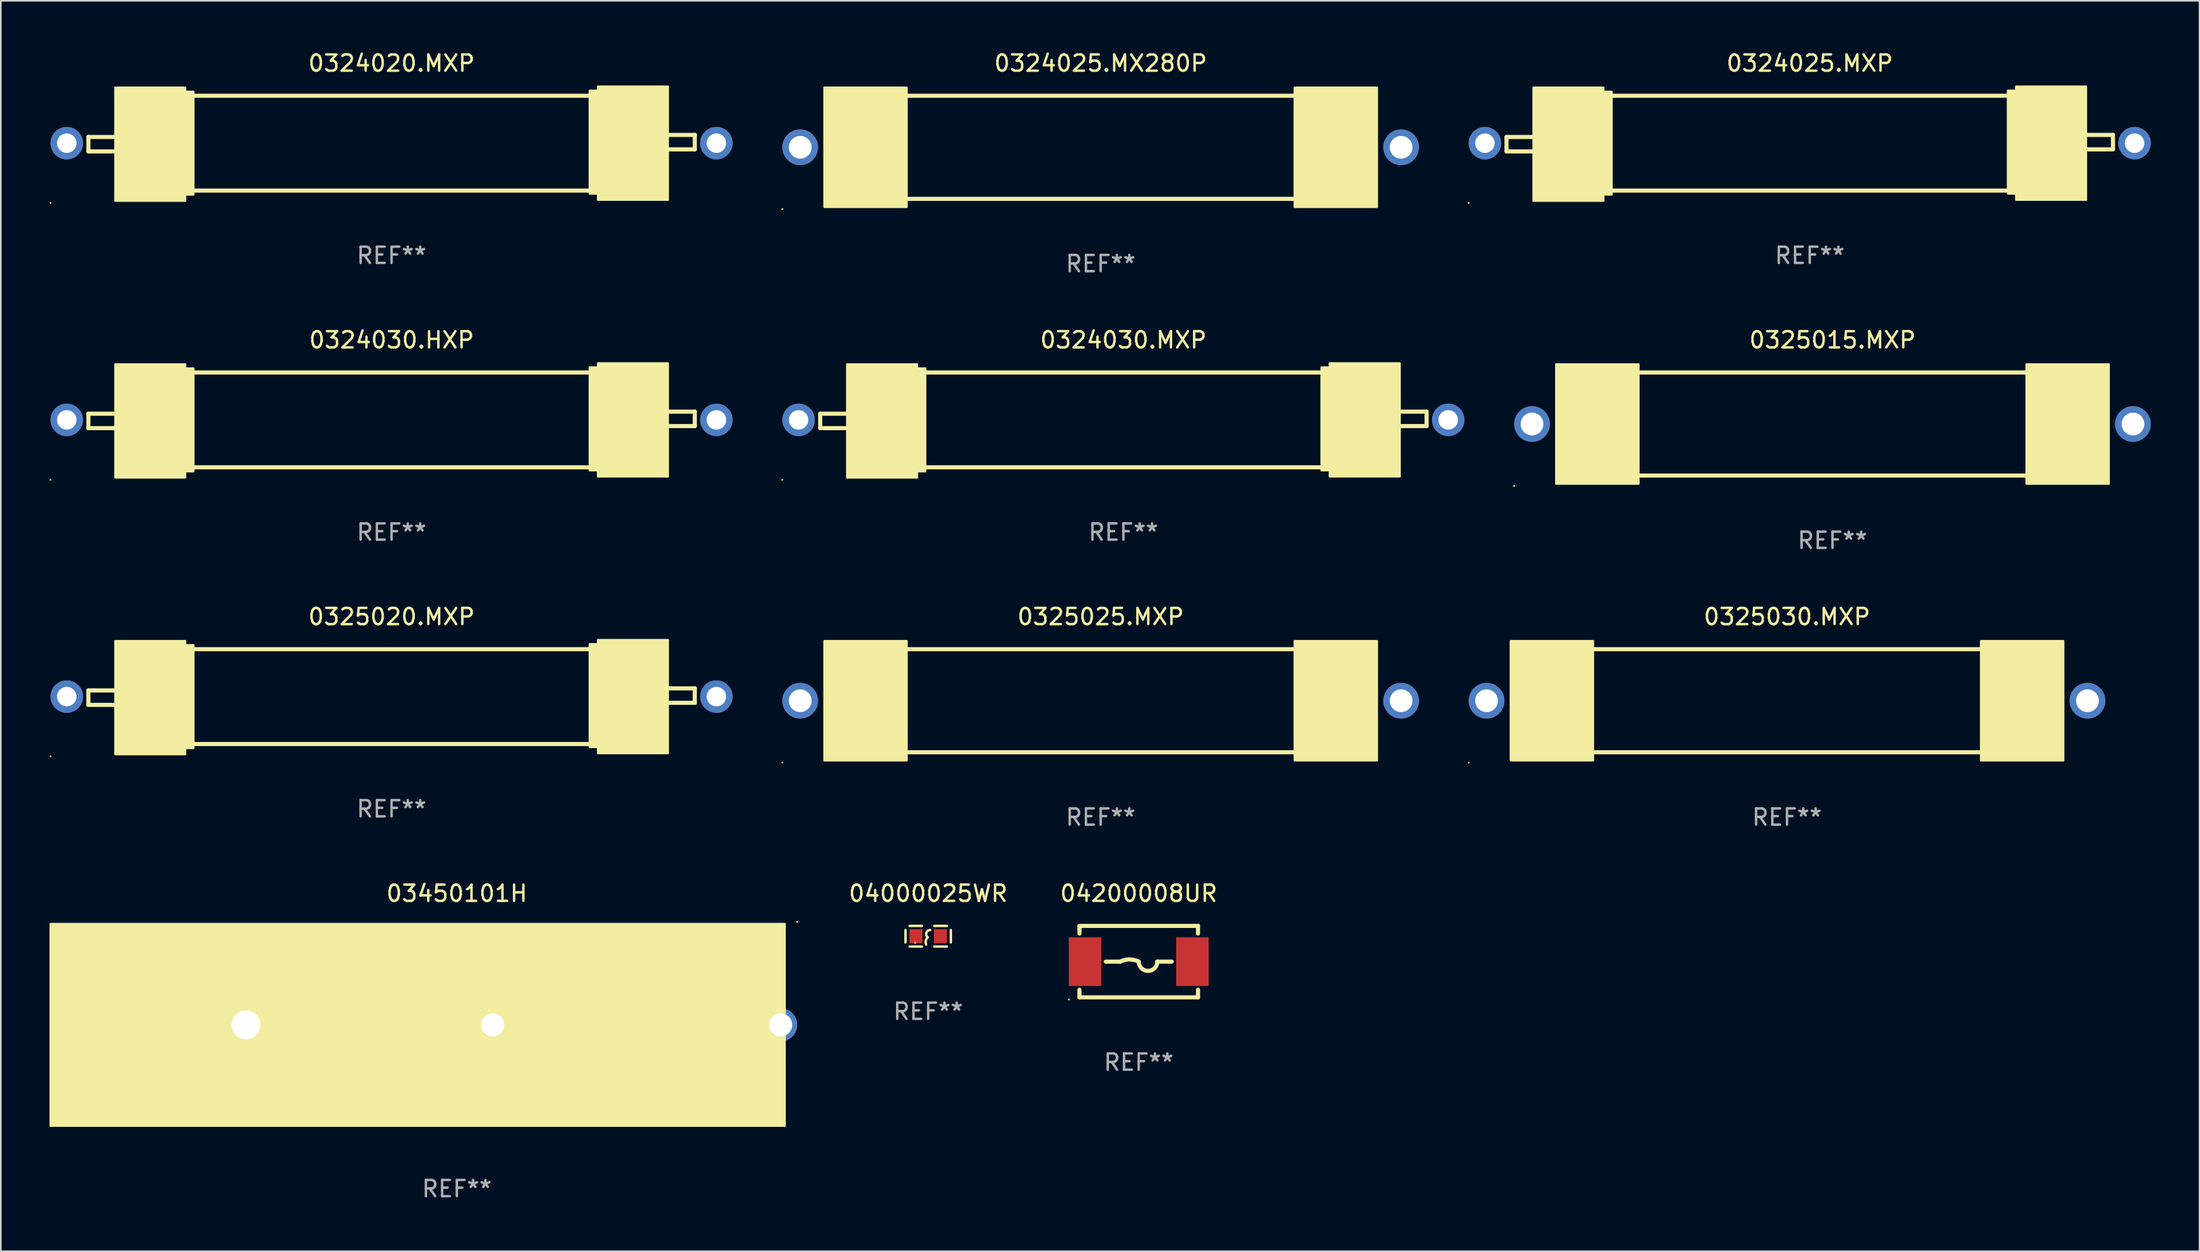
<source format=kicad_pcb>
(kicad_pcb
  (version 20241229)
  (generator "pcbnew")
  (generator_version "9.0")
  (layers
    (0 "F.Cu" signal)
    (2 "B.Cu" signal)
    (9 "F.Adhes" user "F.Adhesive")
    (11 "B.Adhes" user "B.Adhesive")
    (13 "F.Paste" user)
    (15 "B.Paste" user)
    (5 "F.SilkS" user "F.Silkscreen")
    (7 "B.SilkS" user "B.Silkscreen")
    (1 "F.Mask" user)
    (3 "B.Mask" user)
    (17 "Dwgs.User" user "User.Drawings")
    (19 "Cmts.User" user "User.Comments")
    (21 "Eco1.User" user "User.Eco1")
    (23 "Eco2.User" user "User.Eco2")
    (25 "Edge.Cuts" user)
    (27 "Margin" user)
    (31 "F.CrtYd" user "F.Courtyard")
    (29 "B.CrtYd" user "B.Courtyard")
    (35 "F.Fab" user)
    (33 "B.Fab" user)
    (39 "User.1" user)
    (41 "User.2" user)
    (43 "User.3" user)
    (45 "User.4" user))
  (footprint "03450101H"
    (layer "F.Cu")
    (at 25.079 60.084)
    (property "Reference" "03450101H" (at 0 -8.096 0) (layer "F.SilkS") (effects (font (size 1 1) (thickness 0.15))))
    (attr through_hole)
    (fp_line (start -19.939 6.096) (end -19.939 -6.096) (stroke (width 0.254) (type solid)) (layer "F.SilkS"))
    (fp_circle (center 20.955 -6.35) (end 20.985 -6.35) (stroke (width 0.06) (type solid)) (fill no) (layer "F.SilkS"))
    (fp_poly (pts (xy -25.019 -6.223) (xy 20.193 -6.223) (xy 20.193 6.223) (xy -25.019 6.223)) (stroke (width 0.12) (type solid)) (fill yes) (layer "F.SilkS"))
    (fp_text user "REF**" (at 0 10.096 0) (layer "F.Fab") (effects (font (size 1 1) (thickness 0.15))))
    (pad "" np_thru_hole circle (at -12.979 0) (size 1.778 1.778) (drill 1.778) (layers "*.Cu" "*.Mask"))
    (pad "1" thru_hole circle (at 19.939 0) (size 2.032 2.032) (drill 1.422) (layers "*.Cu" "*.Mask"))
    (pad "2" thru_hole circle (at 2.21 0) (size 2.032 2.032) (drill 1.422) (layers "*.Cu" "*.Mask")))
  (footprint "0324030.HXP"
    (layer "F.Cu")
    (at 21.06 22.816)
    (property "Reference" "0324030.HXP" (at 0 -4.921 0) (layer "F.SilkS") (effects (font (size 1 1) (thickness 0.15))))
    (attr through_hole)
    (fp_line (start -18.669 -0.381) (end -17.018 -0.381) (stroke (width 0.254) (type solid)) (layer "F.SilkS"))
    (fp_line (start -18.669 0.508) (end -18.669 -0.381) (stroke (width 0.254) (type solid)) (layer "F.SilkS"))
    (fp_line (start -17.018 0.508) (end -18.669 0.508) (stroke (width 0.254) (type solid)) (layer "F.SilkS"))
    (fp_line (start -12.192 -2.921) (end 12.192 -2.921) (stroke (width 0.254) (type solid)) (layer "F.SilkS"))
    (fp_line (start -12.192 2.921) (end 12.192 2.921) (stroke (width 0.254) (type solid)) (layer "F.SilkS"))
    (fp_line (start 17.018 -0.508) (end 18.669 -0.508) (stroke (width 0.254) (type solid)) (layer "F.SilkS"))
    (fp_line (start 18.669 -0.508) (end 18.669 0.381) (stroke (width 0.254) (type solid)) (layer "F.SilkS"))
    (fp_line (start 18.669 0.381) (end 17.018 0.381) (stroke (width 0.254) (type solid)) (layer "F.SilkS"))
    (fp_circle (center -21 3.683) (end -20.97 3.683) (stroke (width 0.06) (type solid)) (fill no) (layer "F.SilkS"))
    (fp_poly (pts (xy -17.018 -3.429) (xy -12.7 -3.429) (xy -12.7 3.556) (xy -17.018 3.556)) (stroke (width 0.12) (type solid)) (fill yes) (layer "F.SilkS"))
    (fp_poly (pts (xy -12.7 -3.175) (xy -12.192 -3.175) (xy -12.192 3.175) (xy -12.7 3.175)) (stroke (width 0.12) (type solid)) (fill yes) (layer "F.SilkS"))
    (fp_poly (pts (xy 12.192 -3.239) (xy 12.7 -3.239) (xy 12.7 3.112) (xy 12.192 3.112)) (stroke (width 0.12) (type solid)) (fill yes) (layer "F.SilkS"))
    (fp_poly (pts (xy 12.7 -3.493) (xy 17.018 -3.493) (xy 17.018 3.493) (xy 12.7 3.493)) (stroke (width 0.12) (type solid)) (fill yes) (layer "F.SilkS"))
    (fp_text user "REF**" (at 0 6.921 0) (layer "F.Fab") (effects (font (size 1 1) (thickness 0.15))))
    (pad "1" thru_hole circle (at -20 0) (size 2 2) (drill 1.2) (layers "*.Cu" "*.Mask"))
    (pad "2" thru_hole circle (at 20 0) (size 2 2) (drill 1.2) (layers "*.Cu" "*.Mask")))
  (footprint "0325025.MXP"
    (layer "F.Cu")
    (at 64.72 40.116)
    (property "Reference" "0325025.MXP" (at 0 -5.175 0) (layer "F.SilkS") (effects (font (size 1 1) (thickness 0.15))))
    (attr through_hole)
    (fp_line (start -11.938 -3.175) (end 11.938 -3.175) (stroke (width 0.254) (type solid)) (layer "F.SilkS"))
    (fp_line (start -11.938 3.175) (end 11.938 3.175) (stroke (width 0.254) (type solid)) (layer "F.SilkS"))
    (fp_circle (center -19.6 3.81) (end -19.57 3.81) (stroke (width 0.06) (type solid)) (fill no) (layer "F.SilkS"))
    (fp_poly (pts (xy -17.018 -3.683) (xy -11.938 -3.683) (xy -11.938 3.683) (xy -17.018 3.683)) (stroke (width 0.12) (type solid)) (fill yes) (layer "F.SilkS"))
    (fp_poly (pts (xy 11.938 -3.683) (xy 17.018 -3.683) (xy 17.018 3.683) (xy 11.938 3.683)) (stroke (width 0.12) (type solid)) (fill yes) (layer "F.SilkS"))
    (fp_text user "REF**" (at 0 7.175 0) (layer "F.Fab") (effects (font (size 1 1) (thickness 0.15))))
    (pad "1" thru_hole circle (at -18.5 0) (size 2.2 2.2) (drill 1.4) (layers "*.Cu" "*.Mask"))
    (pad "2" thru_hole circle (at 18.5 0) (size 2.2 2.2) (drill 1.4) (layers "*.Cu" "*.Mask")))
  (footprint "0325015.MXP"
    (layer "F.Cu")
    (at 109.78 23.07)
    (property "Reference" "0325015.MXP" (at 0 -5.175 0) (layer "F.SilkS") (effects (font (size 1 1) (thickness 0.15))))
    (attr through_hole)
    (fp_line (start -11.938 -3.175) (end 11.938 -3.175) (stroke (width 0.254) (type solid)) (layer "F.SilkS"))
    (fp_line (start -11.938 3.175) (end 11.938 3.175) (stroke (width 0.254) (type solid)) (layer "F.SilkS"))
    (fp_circle (center -19.6 3.81) (end -19.57 3.81) (stroke (width 0.06) (type solid)) (fill no) (layer "F.SilkS"))
    (fp_poly (pts (xy -17.018 -3.683) (xy -11.938 -3.683) (xy -11.938 3.683) (xy -17.018 3.683)) (stroke (width 0.12) (type solid)) (fill yes) (layer "F.SilkS"))
    (fp_poly (pts (xy 11.938 -3.683) (xy 17.018 -3.683) (xy 17.018 3.683) (xy 11.938 3.683)) (stroke (width 0.12) (type solid)) (fill yes) (layer "F.SilkS"))
    (fp_text user "REF**" (at 0 7.175 0) (layer "F.Fab") (effects (font (size 1 1) (thickness 0.15))))
    (pad "1" thru_hole circle (at -18.5 0) (size 2.2 2.2) (drill 1.4) (layers "*.Cu" "*.Mask"))
    (pad "2" thru_hole circle (at 18.5 0) (size 2.2 2.2) (drill 1.4) (layers "*.Cu" "*.Mask")))
  (footprint "04200008UR"
    (layer "F.Cu")
    (at 67.064 56.188)
    (property "Reference" "04200008UR" (at 0 -4.2 0) (layer "F.SilkS") (effects (font (size 1 1) (thickness 0.15))))
    (attr through_hole)
    (fp_line (start -3.65 -2.2) (end -3.65 -1.731) (stroke (width 0.254) (type solid)) (layer "F.SilkS"))
    (fp_line (start -3.65 -2.2) (end 3.65 -2.2) (stroke (width 0.254) (type solid)) (layer "F.SilkS"))
    (fp_line (start -3.65 1.731) (end -3.65 2.2) (stroke (width 0.254) (type solid)) (layer "F.SilkS"))
    (fp_line (start -3.65 2.2) (end 3.65 2.2) (stroke (width 0.254) (type solid)) (layer "F.SilkS"))
    (fp_line (start -2.032 0) (end -1.143 0) (stroke (width 0.254) (type solid)) (layer "F.SilkS"))
    (fp_line (start 2.032 0) (end 1.143 0) (stroke (width 0.254) (type solid)) (layer "F.SilkS"))
    (fp_line (start 3.65 -2.2) (end 3.65 -1.731) (stroke (width 0.254) (type solid)) (layer "F.SilkS"))
    (fp_line (start 3.65 1.731) (end 3.65 2.2) (stroke (width 0.254) (type solid)) (layer "F.SilkS"))
    (fp_arc (start -1.14299 0) (mid -0.571489 -0.134914) (end 0.000012 -0.000001) (stroke (width 0.254001) (type solid)) (layer "F.SilkS"))
    (fp_arc (start 1.143015 0) (mid 0.571285 0.57173) (end -0.000445 0) (stroke (width 0.254001) (type solid)) (layer "F.SilkS"))
    (fp_circle (center -4.305 2.327) (end -4.275 2.327) (stroke (width 0.06) (type solid)) (fill no) (layer "F.SilkS"))
    (fp_text user "REF**" (at 0 6.2 0) (layer "F.Fab") (effects (font (size 1 1) (thickness 0.15))))
    (pad "1" smd rect (at -3.305 0) (size 2 3) (layers "F.Cu" "F.Mask" "F.Paste"))
    (pad "2" smd rect (at 3.305 0) (size 2 3) (layers "F.Cu" "F.Mask" "F.Paste")))
  (footprint "0324025.MXP"
    (layer "F.Cu")
    (at 108.38 5.769)
    (property "Reference" "0324025.MXP" (at 0 -4.921 0) (layer "F.SilkS") (effects (font (size 1 1) (thickness 0.15))))
    (attr through_hole)
    (fp_line (start -18.669 -0.381) (end -17.018 -0.381) (stroke (width 0.254) (type solid)) (layer "F.SilkS"))
    (fp_line (start -18.669 0.508) (end -18.669 -0.381) (stroke (width 0.254) (type solid)) (layer "F.SilkS"))
    (fp_line (start -17.018 0.508) (end -18.669 0.508) (stroke (width 0.254) (type solid)) (layer "F.SilkS"))
    (fp_line (start -12.192 -2.921) (end 12.192 -2.921) (stroke (width 0.254) (type solid)) (layer "F.SilkS"))
    (fp_line (start -12.192 2.921) (end 12.192 2.921) (stroke (width 0.254) (type solid)) (layer "F.SilkS"))
    (fp_line (start 17.018 -0.508) (end 18.669 -0.508) (stroke (width 0.254) (type solid)) (layer "F.SilkS"))
    (fp_line (start 18.669 -0.508) (end 18.669 0.381) (stroke (width 0.254) (type solid)) (layer "F.SilkS"))
    (fp_line (start 18.669 0.381) (end 17.018 0.381) (stroke (width 0.254) (type solid)) (layer "F.SilkS"))
    (fp_circle (center -21 3.683) (end -20.97 3.683) (stroke (width 0.06) (type solid)) (fill no) (layer "F.SilkS"))
    (fp_poly (pts (xy -17.018 -3.429) (xy -12.7 -3.429) (xy -12.7 3.556) (xy -17.018 3.556)) (stroke (width 0.12) (type solid)) (fill yes) (layer "F.SilkS"))
    (fp_poly (pts (xy -12.7 -3.175) (xy -12.192 -3.175) (xy -12.192 3.175) (xy -12.7 3.175)) (stroke (width 0.12) (type solid)) (fill yes) (layer "F.SilkS"))
    (fp_poly (pts (xy 12.192 -3.239) (xy 12.7 -3.239) (xy 12.7 3.112) (xy 12.192 3.112)) (stroke (width 0.12) (type solid)) (fill yes) (layer "F.SilkS"))
    (fp_poly (pts (xy 12.7 -3.493) (xy 17.018 -3.493) (xy 17.018 3.493) (xy 12.7 3.493)) (stroke (width 0.12) (type solid)) (fill yes) (layer "F.SilkS"))
    (fp_text user "REF**" (at 0 6.921 0) (layer "F.Fab") (effects (font (size 1 1) (thickness 0.15))))
    (pad "1" thru_hole circle (at -20 0) (size 2 2) (drill 1.2) (layers "*.Cu" "*.Mask"))
    (pad "2" thru_hole circle (at 20 0) (size 2 2) (drill 1.2) (layers "*.Cu" "*.Mask")))
  (footprint "0324030.MXP"
    (layer "F.Cu")
    (at 66.12 22.816)
    (property "Reference" "0324030.MXP" (at 0 -4.921 0) (layer "F.SilkS") (effects (font (size 1 1) (thickness 0.15))))
    (attr through_hole)
    (fp_line (start -18.669 -0.381) (end -17.018 -0.381) (stroke (width 0.254) (type solid)) (layer "F.SilkS"))
    (fp_line (start -18.669 0.508) (end -18.669 -0.381) (stroke (width 0.254) (type solid)) (layer "F.SilkS"))
    (fp_line (start -17.018 0.508) (end -18.669 0.508) (stroke (width 0.254) (type solid)) (layer "F.SilkS"))
    (fp_line (start -12.192 -2.921) (end 12.192 -2.921) (stroke (width 0.254) (type solid)) (layer "F.SilkS"))
    (fp_line (start -12.192 2.921) (end 12.192 2.921) (stroke (width 0.254) (type solid)) (layer "F.SilkS"))
    (fp_line (start 17.018 -0.508) (end 18.669 -0.508) (stroke (width 0.254) (type solid)) (layer "F.SilkS"))
    (fp_line (start 18.669 -0.508) (end 18.669 0.381) (stroke (width 0.254) (type solid)) (layer "F.SilkS"))
    (fp_line (start 18.669 0.381) (end 17.018 0.381) (stroke (width 0.254) (type solid)) (layer "F.SilkS"))
    (fp_circle (center -21 3.683) (end -20.97 3.683) (stroke (width 0.06) (type solid)) (fill no) (layer "F.SilkS"))
    (fp_poly (pts (xy -17.018 -3.429) (xy -12.7 -3.429) (xy -12.7 3.556) (xy -17.018 3.556)) (stroke (width 0.12) (type solid)) (fill yes) (layer "F.SilkS"))
    (fp_poly (pts (xy -12.7 -3.175) (xy -12.192 -3.175) (xy -12.192 3.175) (xy -12.7 3.175)) (stroke (width 0.12) (type solid)) (fill yes) (layer "F.SilkS"))
    (fp_poly (pts (xy 12.192 -3.239) (xy 12.7 -3.239) (xy 12.7 3.112) (xy 12.192 3.112)) (stroke (width 0.12) (type solid)) (fill yes) (layer "F.SilkS"))
    (fp_poly (pts (xy 12.7 -3.493) (xy 17.018 -3.493) (xy 17.018 3.493) (xy 12.7 3.493)) (stroke (width 0.12) (type solid)) (fill yes) (layer "F.SilkS"))
    (fp_text user "REF**" (at 0 6.921 0) (layer "F.Fab") (effects (font (size 1 1) (thickness 0.15))))
    (pad "1" thru_hole circle (at -20 0) (size 2 2) (drill 1.2) (layers "*.Cu" "*.Mask"))
    (pad "2" thru_hole circle (at 20 0) (size 2 2) (drill 1.2) (layers "*.Cu" "*.Mask")))
  (footprint "0325020.MXP"
    (layer "F.Cu")
    (at 21.06 39.862)
    (property "Reference" "0325020.MXP" (at 0 -4.921 0) (layer "F.SilkS") (effects (font (size 1 1) (thickness 0.15))))
    (attr through_hole)
    (fp_line (start -18.669 -0.381) (end -17.018 -0.381) (stroke (width 0.254) (type solid)) (layer "F.SilkS"))
    (fp_line (start -18.669 0.508) (end -18.669 -0.381) (stroke (width 0.254) (type solid)) (layer "F.SilkS"))
    (fp_line (start -17.018 0.508) (end -18.669 0.508) (stroke (width 0.254) (type solid)) (layer "F.SilkS"))
    (fp_line (start -12.192 -2.921) (end 12.192 -2.921) (stroke (width 0.254) (type solid)) (layer "F.SilkS"))
    (fp_line (start -12.192 2.921) (end 12.192 2.921) (stroke (width 0.254) (type solid)) (layer "F.SilkS"))
    (fp_line (start 17.018 -0.508) (end 18.669 -0.508) (stroke (width 0.254) (type solid)) (layer "F.SilkS"))
    (fp_line (start 18.669 -0.508) (end 18.669 0.381) (stroke (width 0.254) (type solid)) (layer "F.SilkS"))
    (fp_line (start 18.669 0.381) (end 17.018 0.381) (stroke (width 0.254) (type solid)) (layer "F.SilkS"))
    (fp_circle (center -21 3.683) (end -20.97 3.683) (stroke (width 0.06) (type solid)) (fill no) (layer "F.SilkS"))
    (fp_poly (pts (xy -17.018 -3.429) (xy -12.7 -3.429) (xy -12.7 3.556) (xy -17.018 3.556)) (stroke (width 0.12) (type solid)) (fill yes) (layer "F.SilkS"))
    (fp_poly (pts (xy -12.7 -3.175) (xy -12.192 -3.175) (xy -12.192 3.175) (xy -12.7 3.175)) (stroke (width 0.12) (type solid)) (fill yes) (layer "F.SilkS"))
    (fp_poly (pts (xy 12.192 -3.239) (xy 12.7 -3.239) (xy 12.7 3.112) (xy 12.192 3.112)) (stroke (width 0.12) (type solid)) (fill yes) (layer "F.SilkS"))
    (fp_poly (pts (xy 12.7 -3.493) (xy 17.018 -3.493) (xy 17.018 3.493) (xy 12.7 3.493)) (stroke (width 0.12) (type solid)) (fill yes) (layer "F.SilkS"))
    (fp_text user "REF**" (at 0 6.921 0) (layer "F.Fab") (effects (font (size 1 1) (thickness 0.15))))
    (pad "1" thru_hole circle (at -20 0) (size 2 2) (drill 1.2) (layers "*.Cu" "*.Mask"))
    (pad "2" thru_hole circle (at 20 0) (size 2 2) (drill 1.2) (layers "*.Cu" "*.Mask")))
  (footprint "0324025.MX280P"
    (layer "F.Cu")
    (at 64.72 6.023)
    (property "Reference" "0324025.MX280P" (at 0 -5.175 0) (layer "F.SilkS") (effects (font (size 1 1) (thickness 0.15))))
    (attr through_hole)
    (fp_line (start -11.938 -3.175) (end 11.938 -3.175) (stroke (width 0.254) (type solid)) (layer "F.SilkS"))
    (fp_line (start -11.938 3.175) (end 11.938 3.175) (stroke (width 0.254) (type solid)) (layer "F.SilkS"))
    (fp_circle (center -19.6 3.81) (end -19.57 3.81) (stroke (width 0.06) (type solid)) (fill no) (layer "F.SilkS"))
    (fp_poly (pts (xy -17.018 -3.683) (xy -11.938 -3.683) (xy -11.938 3.683) (xy -17.018 3.683)) (stroke (width 0.12) (type solid)) (fill yes) (layer "F.SilkS"))
    (fp_poly (pts (xy 11.938 -3.683) (xy 17.018 -3.683) (xy 17.018 3.683) (xy 11.938 3.683)) (stroke (width 0.12) (type solid)) (fill yes) (layer "F.SilkS"))
    (fp_text user "REF**" (at 0 7.175 0) (layer "F.Fab") (effects (font (size 1 1) (thickness 0.15))))
    (pad "1" thru_hole circle (at -18.5 0) (size 2.2 2.2) (drill 1.4) (layers "*.Cu" "*.Mask"))
    (pad "2" thru_hole circle (at 18.5 0) (size 2.2 2.2) (drill 1.4) (layers "*.Cu" "*.Mask")))
  (footprint "0325030.MXP"
    (layer "F.Cu")
    (at 106.98 40.116)
    (property "Reference" "0325030.MXP" (at 0 -5.175 0) (layer "F.SilkS") (effects (font (size 1 1) (thickness 0.15))))
    (attr through_hole)
    (fp_line (start -11.938 -3.175) (end 11.938 -3.175) (stroke (width 0.254) (type solid)) (layer "F.SilkS"))
    (fp_line (start -11.938 3.175) (end 11.938 3.175) (stroke (width 0.254) (type solid)) (layer "F.SilkS"))
    (fp_circle (center -19.6 3.81) (end -19.57 3.81) (stroke (width 0.06) (type solid)) (fill no) (layer "F.SilkS"))
    (fp_poly (pts (xy -17.018 -3.683) (xy -11.938 -3.683) (xy -11.938 3.683) (xy -17.018 3.683)) (stroke (width 0.12) (type solid)) (fill yes) (layer "F.SilkS"))
    (fp_poly (pts (xy 11.938 -3.683) (xy 17.018 -3.683) (xy 17.018 3.683) (xy 11.938 3.683)) (stroke (width 0.12) (type solid)) (fill yes) (layer "F.SilkS"))
    (fp_text user "REF**" (at 0 7.175 0) (layer "F.Fab") (effects (font (size 1 1) (thickness 0.15))))
    (pad "1" thru_hole circle (at -18.5 0) (size 2.2 2.2) (drill 1.4) (layers "*.Cu" "*.Mask"))
    (pad "2" thru_hole circle (at 18.5 0) (size 2.2 2.2) (drill 1.4) (layers "*.Cu" "*.Mask")))
  (footprint "04000025WR"
    (layer "F.Cu")
    (at 54.1 54.623)
    (property "Reference" "04000025WR" (at 0 -2.635 0) (layer "F.SilkS") (effects (font (size 1 1) (thickness 0.15))))
    (attr through_hole)
    (fp_line (start -1.397 -0.381) (end -1.397 0.381) (stroke (width 0.152) (type solid)) (layer "F.SilkS"))
    (fp_line (start -0.381 -0.635) (end -1.143 -0.635) (stroke (width 0.152) (type solid)) (layer "F.SilkS"))
    (fp_line (start -0.381 0.635) (end -1.143 0.635) (stroke (width 0.152) (type solid)) (layer "F.SilkS"))
    (fp_line (start 0.381 -0.635) (end 1.143 -0.635) (stroke (width 0.152) (type solid)) (layer "F.SilkS"))
    (fp_line (start 0.381 0.635) (end 1.143 0.635) (stroke (width 0.152) (type solid)) (layer "F.SilkS"))
    (fp_line (start 1.397 -0.381) (end 1.397 0.381) (stroke (width 0.152) (type solid)) (layer "F.SilkS"))
    (fp_arc (start -0.127 0.508001) (mid -0.146523 0.271131) (end -0.030861 0.0635) (stroke (width 0.151994) (type solid)) (layer "F.SilkS"))
    (fp_arc (start -0.03175 0.0635) (mid -0.113571 -0.216321) (end 0.127001 -0.381002) (stroke (width 0.151994) (type solid)) (layer "F.SilkS"))
    (fp_circle (center -0.8 0.4) (end -0.77 0.4) (stroke (width 0.06) (type solid)) (fill no) (layer "F.SilkS"))
    (fp_text user "REF**" (at 0 4.635 0) (layer "F.Fab") (effects (font (size 1 1) (thickness 0.15))))
    (pad "1" smd rect (at -0.753 0) (size 0.806 0.864) (layers "F.Cu" "F.Mask" "F.Paste"))
    (pad "2" smd rect (at 0.753 0) (size 0.806 0.864) (layers "F.Cu" "F.Mask" "F.Paste")))
  (footprint "0324020.MXP"
    (layer "F.Cu")
    (at 21.06 5.769)
    (property "Reference" "0324020.MXP" (at 0 -4.921 0) (layer "F.SilkS") (effects (font (size 1 1) (thickness 0.15))))
    (attr through_hole)
    (fp_line (start -18.669 -0.381) (end -17.018 -0.381) (stroke (width 0.254) (type solid)) (layer "F.SilkS"))
    (fp_line (start -18.669 0.508) (end -18.669 -0.381) (stroke (width 0.254) (type solid)) (layer "F.SilkS"))
    (fp_line (start -17.018 0.508) (end -18.669 0.508) (stroke (width 0.254) (type solid)) (layer "F.SilkS"))
    (fp_line (start -12.192 -2.921) (end 12.192 -2.921) (stroke (width 0.254) (type solid)) (layer "F.SilkS"))
    (fp_line (start -12.192 2.921) (end 12.192 2.921) (stroke (width 0.254) (type solid)) (layer "F.SilkS"))
    (fp_line (start 17.018 -0.508) (end 18.669 -0.508) (stroke (width 0.254) (type solid)) (layer "F.SilkS"))
    (fp_line (start 18.669 -0.508) (end 18.669 0.381) (stroke (width 0.254) (type solid)) (layer "F.SilkS"))
    (fp_line (start 18.669 0.381) (end 17.018 0.381) (stroke (width 0.254) (type solid)) (layer "F.SilkS"))
    (fp_circle (center -21 3.683) (end -20.97 3.683) (stroke (width 0.06) (type solid)) (fill no) (layer "F.SilkS"))
    (fp_poly (pts (xy -17.018 -3.429) (xy -12.7 -3.429) (xy -12.7 3.556) (xy -17.018 3.556)) (stroke (width 0.12) (type solid)) (fill yes) (layer "F.SilkS"))
    (fp_poly (pts (xy -12.7 -3.175) (xy -12.192 -3.175) (xy -12.192 3.175) (xy -12.7 3.175)) (stroke (width 0.12) (type solid)) (fill yes) (layer "F.SilkS"))
    (fp_poly (pts (xy 12.192 -3.239) (xy 12.7 -3.239) (xy 12.7 3.112) (xy 12.192 3.112)) (stroke (width 0.12) (type solid)) (fill yes) (layer "F.SilkS"))
    (fp_poly (pts (xy 12.7 -3.493) (xy 17.018 -3.493) (xy 17.018 3.493) (xy 12.7 3.493)) (stroke (width 0.12) (type solid)) (fill yes) (layer "F.SilkS"))
    (fp_text user "REF**" (at 0 6.921 0) (layer "F.Fab") (effects (font (size 1 1) (thickness 0.15))))
    (pad "1" thru_hole circle (at -20 0) (size 2 2) (drill 1.2) (layers "*.Cu" "*.Mask"))
    (pad "2" thru_hole circle (at 20 0) (size 2 2) (drill 1.2) (layers "*.Cu" "*.Mask")))
  (gr_rect
    (start -3 -3)
    (end 132.38 74.028)
    (stroke (width 0.1) (type default))
    (fill no)
    (layer "Edge.Cuts")))
</source>
